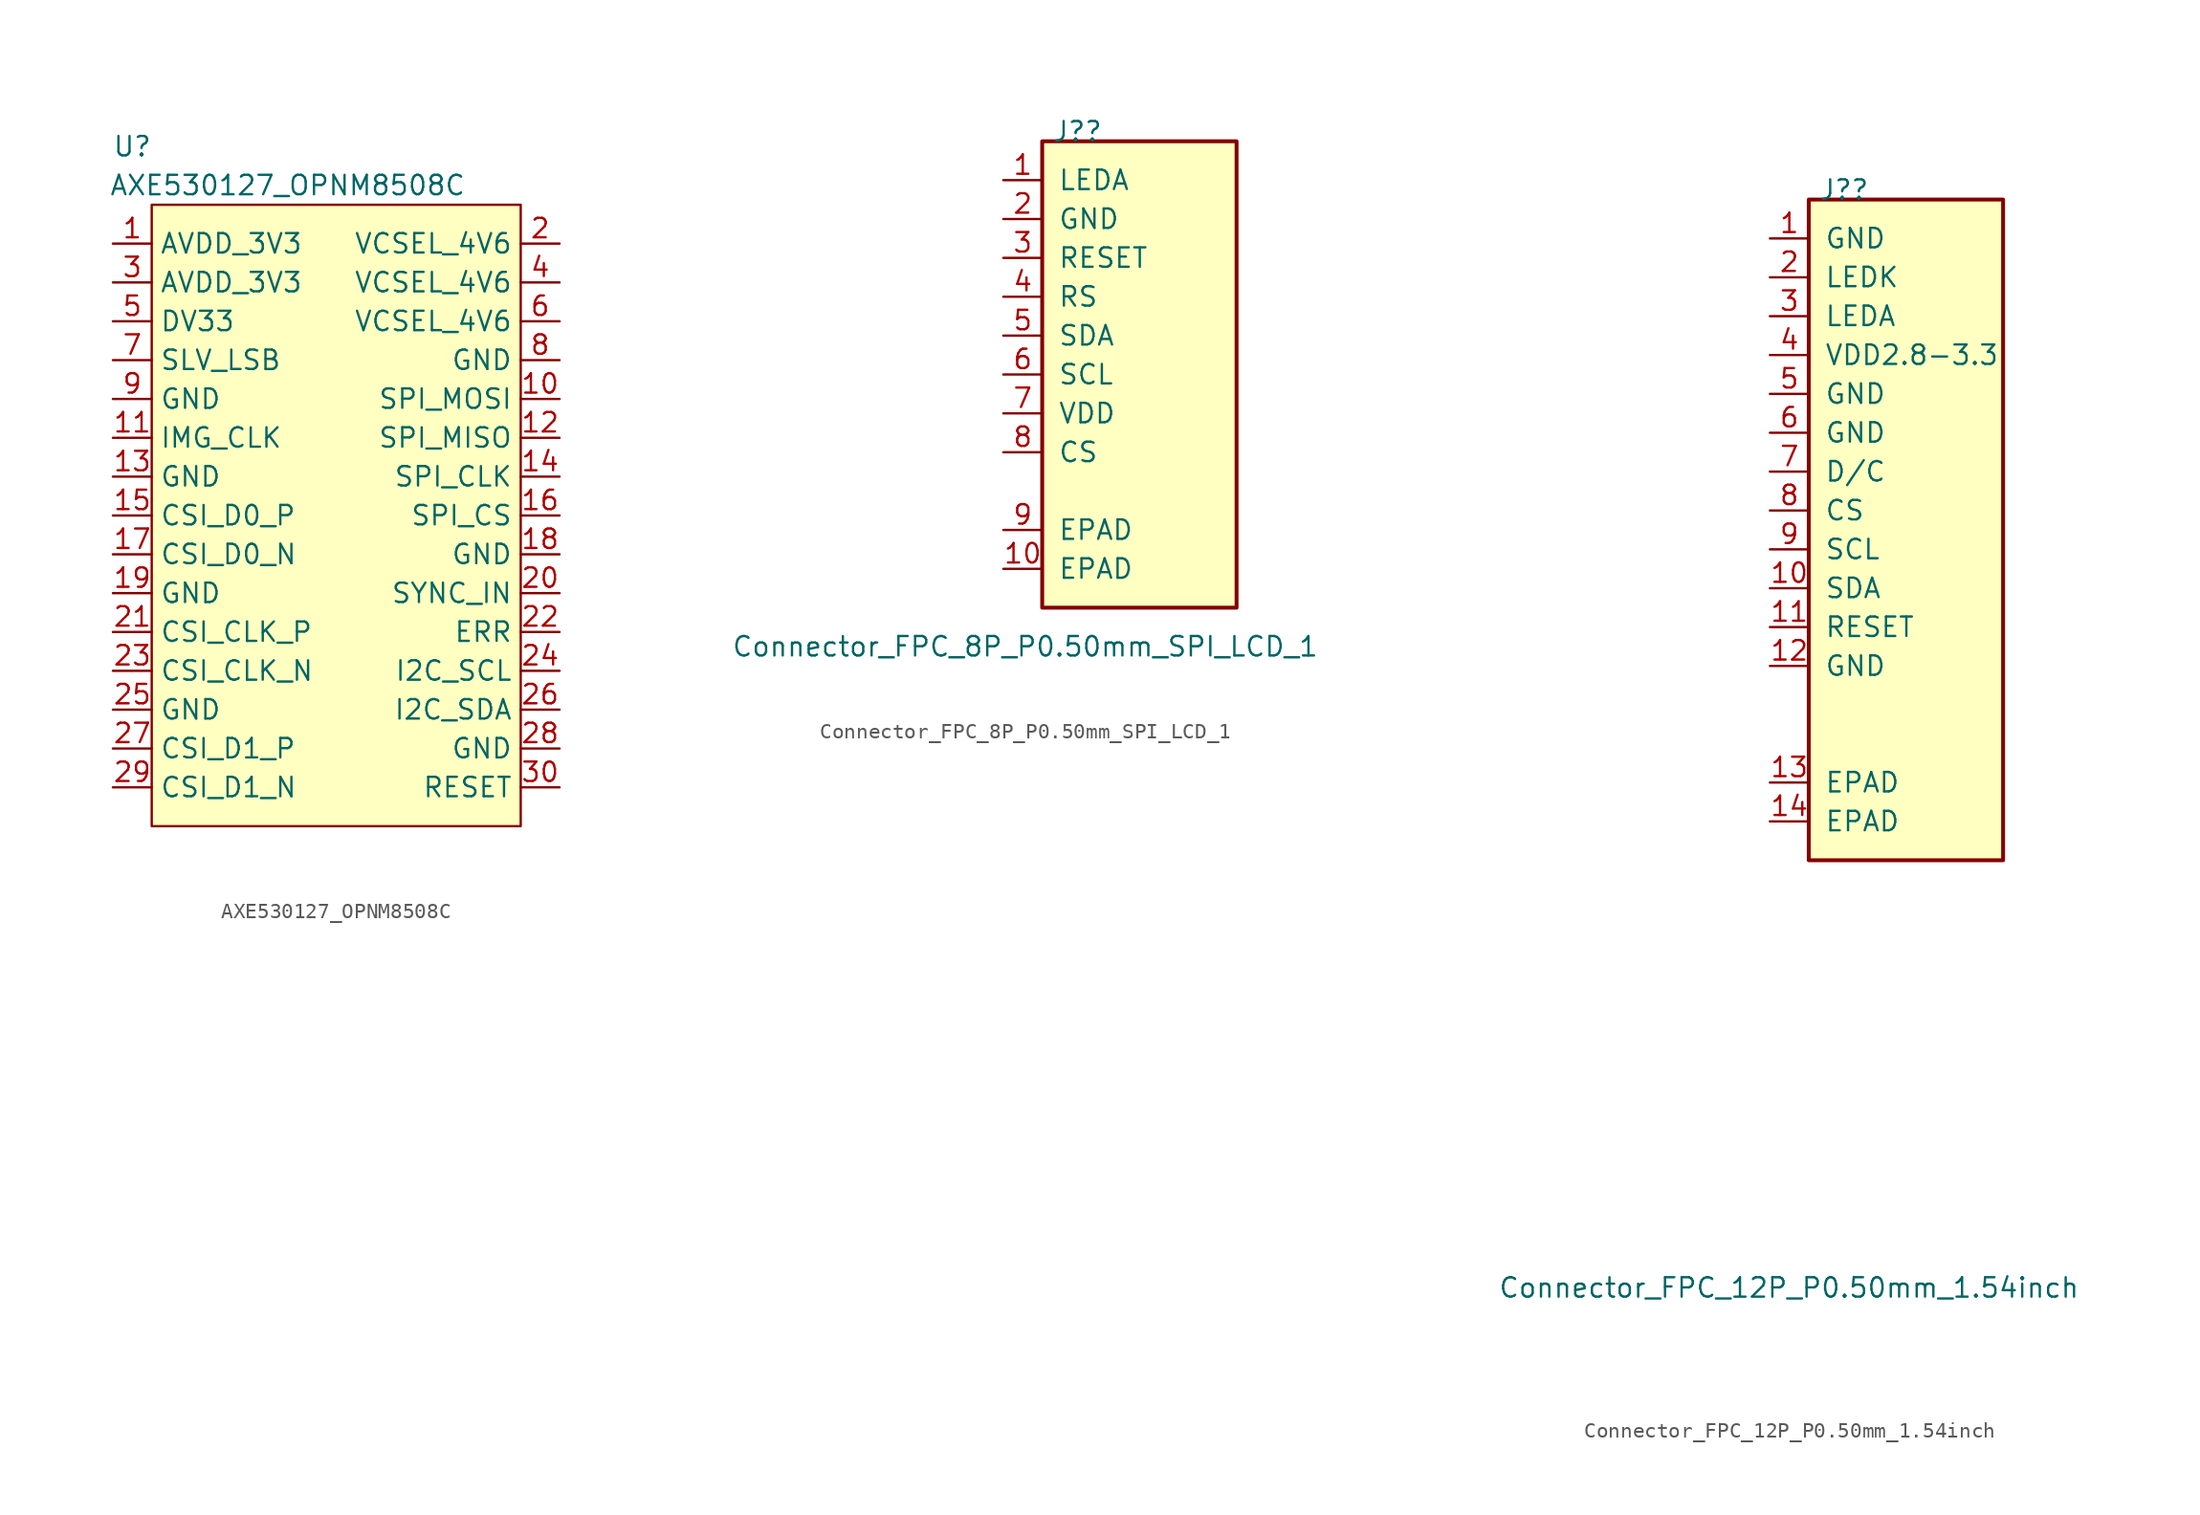
<source format=kicad_sym>
(kicad_symbol_lib
  (version 20211014)
  (generator kicad_symbol_editor)
  (symbol "AXE530127_OPNM8508C"
    (property "Reference" "U"
      (at 0 3.81 0)
      (effects (font (size 1.27 1.27))))
    (property "Value" "AXE530127_OPNM8508C"
      (at 10.16 1.27 0)
      (effects (font (size 1.27 1.27))))
    (symbol "AXE530127_OPNM8508C_0_1"
      (rectangle (start 1.27 0) (end 25.4 -40.64) (stroke (width 0.152) (type default) (color 0 0 0 0)) (fill (type background))))
    (symbol "AXE530127_OPNM8508C_1_1"
      (pin unspecified line (at -1.27 -2.54 0) (length 2.54) (name "AVDD_3V3" (effects (font (size 1.27 1.27)))) (number "1" (effects (font (size 1.27 1.27)))))
      (pin unspecified line (at 27.94 -12.7 180) (length 2.54) (name "SPI_MOSI" (effects (font (size 1.27 1.27)))) (number "10" (effects (font (size 1.27 1.27)))))
      (pin unspecified line (at -1.27 -15.24 0) (length 2.54) (name "IMG_CLK" (effects (font (size 1.27 1.27)))) (number "11" (effects (font (size 1.27 1.27)))))
      (pin unspecified line (at 27.94 -15.24 180) (length 2.54) (name "SPI_MISO" (effects (font (size 1.27 1.27)))) (number "12" (effects (font (size 1.27 1.27)))))
      (pin unspecified line (at -1.27 -17.78 0) (length 2.54) (name "GND" (effects (font (size 1.27 1.27)))) (number "13" (effects (font (size 1.27 1.27)))))
      (pin unspecified line (at 27.94 -17.78 180) (length 2.54) (name "SPI_CLK" (effects (font (size 1.27 1.27)))) (number "14" (effects (font (size 1.27 1.27)))))
      (pin unspecified line (at -1.27 -20.32 0) (length 2.54) (name "CSI_D0_P" (effects (font (size 1.27 1.27)))) (number "15" (effects (font (size 1.27 1.27)))))
      (pin unspecified line (at 27.94 -20.32 180) (length 2.54) (name "SPI_CS" (effects (font (size 1.27 1.27)))) (number "16" (effects (font (size 1.27 1.27)))))
      (pin unspecified line (at -1.27 -22.86 0) (length 2.54) (name "CSI_D0_N" (effects (font (size 1.27 1.27)))) (number "17" (effects (font (size 1.27 1.27)))))
      (pin unspecified line (at 27.94 -22.86 180) (length 2.54) (name "GND" (effects (font (size 1.27 1.27)))) (number "18" (effects (font (size 1.27 1.27)))))
      (pin unspecified line (at -1.27 -25.4 0) (length 2.54) (name "GND" (effects (font (size 1.27 1.27)))) (number "19" (effects (font (size 1.27 1.27)))))
      (pin unspecified line (at 27.94 -2.54 180) (length 2.54) (name "VCSEL_4V6" (effects (font (size 1.27 1.27)))) (number "2" (effects (font (size 1.27 1.27)))))
      (pin unspecified line (at 27.94 -25.4 180) (length 2.54) (name "SYNC_IN" (effects (font (size 1.27 1.27)))) (number "20" (effects (font (size 1.27 1.27)))))
      (pin unspecified line (at -1.27 -27.94 0) (length 2.54) (name "CSI_CLK_P" (effects (font (size 1.27 1.27)))) (number "21" (effects (font (size 1.27 1.27)))))
      (pin unspecified line (at 27.94 -27.94 180) (length 2.54) (name "ERR" (effects (font (size 1.27 1.27)))) (number "22" (effects (font (size 1.27 1.27)))))
      (pin unspecified line (at -1.27 -30.48 0) (length 2.54) (name "CSI_CLK_N" (effects (font (size 1.27 1.27)))) (number "23" (effects (font (size 1.27 1.27)))))
      (pin unspecified line (at 27.94 -30.48 180) (length 2.54) (name "I2C_SCL" (effects (font (size 1.27 1.27)))) (number "24" (effects (font (size 1.27 1.27)))))
      (pin unspecified line (at -1.27 -33.02 0) (length 2.54) (name "GND" (effects (font (size 1.27 1.27)))) (number "25" (effects (font (size 1.27 1.27)))))
      (pin unspecified line (at 27.94 -33.02 180) (length 2.54) (name "I2C_SDA" (effects (font (size 1.27 1.27)))) (number "26" (effects (font (size 1.27 1.27)))))
      (pin unspecified line (at -1.27 -35.56 0) (length 2.54) (name "CSI_D1_P" (effects (font (size 1.27 1.27)))) (number "27" (effects (font (size 1.27 1.27)))))
      (pin unspecified line (at 27.94 -35.56 180) (length 2.54) (name "GND" (effects (font (size 1.27 1.27)))) (number "28" (effects (font (size 1.27 1.27)))))
      (pin unspecified line (at -1.27 -38.1 0) (length 2.54) (name "CSI_D1_N" (effects (font (size 1.27 1.27)))) (number "29" (effects (font (size 1.27 1.27)))))
      (pin unspecified line (at -1.27 -5.08 0) (length 2.54) (name "AVDD_3V3" (effects (font (size 1.27 1.27)))) (number "3" (effects (font (size 1.27 1.27)))))
      (pin unspecified line (at 27.94 -38.1 180) (length 2.54) (name "RESET" (effects (font (size 1.27 1.27)))) (number "30" (effects (font (size 1.27 1.27)))))
      (pin unspecified line (at 27.94 -5.08 180) (length 2.54) (name "VCSEL_4V6" (effects (font (size 1.27 1.27)))) (number "4" (effects (font (size 1.27 1.27)))))
      (pin unspecified line (at -1.27 -7.62 0) (length 2.54) (name "DV33" (effects (font (size 1.27 1.27)))) (number "5" (effects (font (size 1.27 1.27)))))
      (pin unspecified line (at 27.94 -7.62 180) (length 2.54) (name "VCSEL_4V6" (effects (font (size 1.27 1.27)))) (number "6" (effects (font (size 1.27 1.27)))))
      (pin unspecified line (at -1.27 -10.16 0) (length 2.54) (name "SLV_LSB" (effects (font (size 1.27 1.27)))) (number "7" (effects (font (size 1.27 1.27)))))
      (pin unspecified line (at 27.94 -10.16 180) (length 2.54) (name "GND" (effects (font (size 1.27 1.27)))) (number "8" (effects (font (size 1.27 1.27)))))
      (pin unspecified line (at -1.27 -12.7 0) (length 2.54) (name "GND" (effects (font (size 1.27 1.27)))) (number "9" (effects (font (size 1.27 1.27)))))))
  (symbol "Connector_FPC_8P_P0.50mm_SPI_LCD_1"
    (pin_names
      (offset 1.016))
    (property "Reference" "J?"
      (at -12.065 46.355 0)
      (effects (font (size 1.27 1.27)) (justify left)))
    (property "Value" "Connector_FPC_8P_P0.50mm_SPI_LCD_1"
      (at -33.02 12.7 0)
      (effects (font (size 1.27 1.27)) (justify left)))
    (symbol "Connector_FPC_8P_P0.50mm_SPI_LCD_1_0_0"
      (pin bidirectional line (at -15.24 43.18 0) (length 2.54) (name "LEDA" (effects (font (size 1.27 1.27)))) (number "1" (effects (font (size 1.27 1.27)))))
      (pin bidirectional line (at -15.24 17.78 0) (length 2.54) (name "EPAD" (effects (font (size 1.27 1.27)))) (number "10" (effects (font (size 1.27 1.27)))))
      (pin bidirectional line (at -15.24 40.64 0) (length 2.54) (name "GND" (effects (font (size 1.27 1.27)))) (number "2" (effects (font (size 1.27 1.27)))))
      (pin bidirectional line (at -15.24 38.1 0) (length 2.54) (name "RESET" (effects (font (size 1.27 1.27)))) (number "3" (effects (font (size 1.27 1.27)))))
      (pin bidirectional line (at -15.24 35.56 0) (length 2.54) (name "RS" (effects (font (size 1.27 1.27)))) (number "4" (effects (font (size 1.27 1.27)))))
      (pin bidirectional line (at -15.24 33.02 0) (length 2.54) (name "SDA" (effects (font (size 1.27 1.27)))) (number "5" (effects (font (size 1.27 1.27)))))
      (pin bidirectional line (at -15.24 30.48 0) (length 2.54) (name "SCL" (effects (font (size 1.27 1.27)))) (number "6" (effects (font (size 1.27 1.27)))))
      (pin bidirectional line (at -15.24 27.94 0) (length 2.54) (name "VDD" (effects (font (size 1.27 1.27)))) (number "7" (effects (font (size 1.27 1.27)))))
      (pin bidirectional line (at -15.24 25.4 0) (length 2.54) (name "CS" (effects (font (size 1.27 1.27)))) (number "8" (effects (font (size 1.27 1.27)))))
      (pin bidirectional line (at -15.24 20.32 0) (length 2.54) (name "EPAD" (effects (font (size 1.27 1.27)))) (number "9" (effects (font (size 1.27 1.27))))))
    (symbol "Connector_FPC_8P_P0.50mm_SPI_LCD_1_0_1"
      (rectangle (start -12.7 45.72) (end 0 15.24) (stroke (width 0.254) (type default) (color 0 0 0 0)) (fill (type background)))))
  (symbol "Connector_FPC_12P_P0.50mm_1.54inch"
    (pin_names
      (offset 1.016))
    (property "Reference" "J?"
      (at -12.065 46.355 0)
      (effects (font (size 1.27 1.27)) (justify left)))
    (property "Value" "Connector_FPC_12P_P0.50mm_1.54inch"
      (at -33.02 -25.4 0)
      (effects (font (size 1.27 1.27)) (justify left)))
    (symbol "Connector_FPC_12P_P0.50mm_1.54inch_0_0"
      (pin bidirectional line (at -15.24 43.18 0) (length 2.54) (name "GND" (effects (font (size 1.27 1.27)))) (number "1" (effects (font (size 1.27 1.27)))))
      (pin bidirectional line (at -15.24 20.32 0) (length 2.54) (name "SDA" (effects (font (size 1.27 1.27)))) (number "10" (effects (font (size 1.27 1.27)))))
      (pin bidirectional line (at -15.24 17.78 0) (length 2.54) (name "RESET" (effects (font (size 1.27 1.27)))) (number "11" (effects (font (size 1.27 1.27)))))
      (pin bidirectional line (at -15.24 15.24 0) (length 2.54) (name "GND" (effects (font (size 1.27 1.27)))) (number "12" (effects (font (size 1.27 1.27)))))
      (pin bidirectional line (at -15.24 7.62 0) (length 2.54) (name "EPAD" (effects (font (size 1.27 1.27)))) (number "13" (effects (font (size 1.27 1.27)))))
      (pin bidirectional line (at -15.24 5.08 0) (length 2.54) (name "EPAD" (effects (font (size 1.27 1.27)))) (number "14" (effects (font (size 1.27 1.27)))))
      (pin bidirectional line (at -15.24 40.64 0) (length 2.54) (name "LEDK" (effects (font (size 1.27 1.27)))) (number "2" (effects (font (size 1.27 1.27)))))
      (pin bidirectional line (at -15.24 38.1 0) (length 2.54) (name "LEDA" (effects (font (size 1.27 1.27)))) (number "3" (effects (font (size 1.27 1.27)))))
      (pin bidirectional line (at -15.24 35.56 0) (length 2.54) (name "VDD2.8-3.3" (effects (font (size 1.27 1.27)))) (number "4" (effects (font (size 1.27 1.27)))))
      (pin bidirectional line (at -15.24 33.02 0) (length 2.54) (name "GND" (effects (font (size 1.27 1.27)))) (number "5" (effects (font (size 1.27 1.27)))))
      (pin bidirectional line (at -15.24 30.48 0) (length 2.54) (name "GND" (effects (font (size 1.27 1.27)))) (number "6" (effects (font (size 1.27 1.27)))))
      (pin bidirectional line (at -15.24 27.94 0) (length 2.54) (name "D/C" (effects (font (size 1.27 1.27)))) (number "7" (effects (font (size 1.27 1.27)))))
      (pin bidirectional line (at -15.24 25.4 0) (length 2.54) (name "CS" (effects (font (size 1.27 1.27)))) (number "8" (effects (font (size 1.27 1.27)))))
      (pin bidirectional line (at -15.24 22.86 0) (length 2.54) (name "SCL" (effects (font (size 1.27 1.27)))) (number "9" (effects (font (size 1.27 1.27))))))
    (symbol "Connector_FPC_12P_P0.50mm_1.54inch_0_1"
      (rectangle (start -12.7 45.72) (end 0 2.54) (stroke (width 0.254) (type default) (color 0 0 0 0)) (fill (type background))))))
</source>
